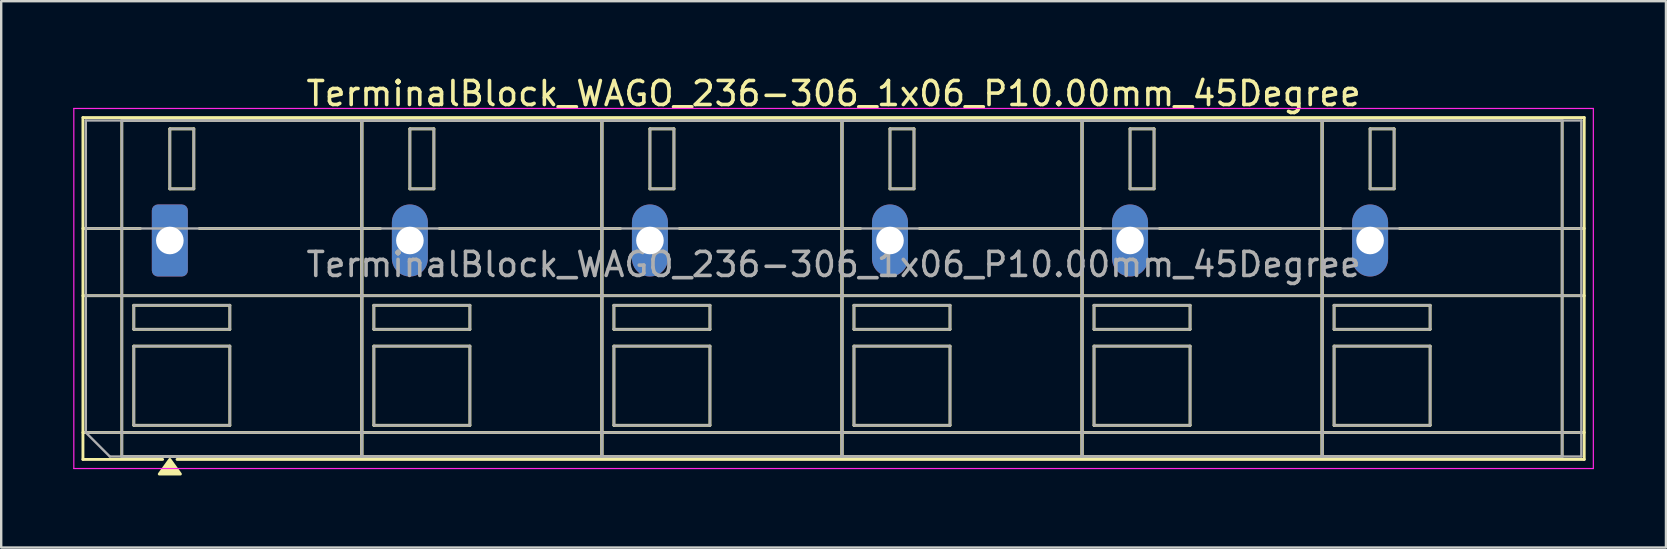
<source format=kicad_pcb>
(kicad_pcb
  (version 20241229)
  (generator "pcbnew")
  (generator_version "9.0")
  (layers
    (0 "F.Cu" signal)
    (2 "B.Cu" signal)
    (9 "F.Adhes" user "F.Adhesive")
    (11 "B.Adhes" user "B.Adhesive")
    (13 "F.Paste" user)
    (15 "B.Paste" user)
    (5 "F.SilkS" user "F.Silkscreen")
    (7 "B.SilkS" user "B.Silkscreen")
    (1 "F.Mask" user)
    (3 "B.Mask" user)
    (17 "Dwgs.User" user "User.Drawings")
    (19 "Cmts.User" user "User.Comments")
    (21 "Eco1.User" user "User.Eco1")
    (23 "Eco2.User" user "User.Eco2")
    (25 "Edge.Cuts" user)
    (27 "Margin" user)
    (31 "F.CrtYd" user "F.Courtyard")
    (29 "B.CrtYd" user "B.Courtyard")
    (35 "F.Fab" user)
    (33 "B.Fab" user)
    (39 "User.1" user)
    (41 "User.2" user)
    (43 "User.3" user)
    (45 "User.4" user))
  (footprint "TerminalBlock_WAGO_236-306_1x06_P10.00mm_45Degree"
    (layer "F.Cu")
    (at 4.025 6.968)
    (property "Reference" "TerminalBlock_WAGO_236-306_1x06_P10.00mm_45Degree" (at 27.65 -6.12 0) (layer "F.SilkS") (effects (font (size 1 1) (thickness 0.15))))
    (attr through_hole)
    (fp_line (start -3.62 -5.12) (end 58.92 -5.12) (stroke (width 0.12) (type solid)) (layer "F.SilkS"))
    (fp_line (start -3.62 -0.5) (end -1.23 -0.5) (stroke (width 0.12) (type solid)) (layer "F.SilkS"))
    (fp_line (start -3.62 2.3) (end 58.92 2.3) (stroke (width 0.12) (type solid)) (layer "F.SilkS"))
    (fp_line (start -3.62 8) (end 58.92 8) (stroke (width 0.12) (type solid)) (layer "F.SilkS"))
    (fp_line (start -3.62 9.12) (end -3.62 -5.12) (stroke (width 0.12) (type solid)) (layer "F.SilkS"))
    (fp_line (start -2 -5) (end 8 -5) (stroke (width 0.12) (type solid)) (layer "F.SilkS"))
    (fp_line (start -2 9) (end -2 -5) (stroke (width 0.12) (type solid)) (layer "F.SilkS"))
    (fp_line (start -1.5 2.7) (end 2.5 2.7) (stroke (width 0.12) (type solid)) (layer "F.SilkS"))
    (fp_line (start -1.5 3.7) (end -1.5 2.7) (stroke (width 0.12) (type solid)) (layer "F.SilkS"))
    (fp_line (start -1.5 4.4) (end 2.5 4.4) (stroke (width 0.12) (type solid)) (layer "F.SilkS"))
    (fp_line (start -1.5 7.7) (end -1.5 4.4) (stroke (width 0.12) (type solid)) (layer "F.SilkS"))
    (fp_line (start -0.3 9.12) (end -3.62 9.12) (stroke (width 0.12) (type solid)) (layer "F.SilkS"))
    (fp_line (start 0 -4.65) (end 1 -4.65) (stroke (width 0.12) (type solid)) (layer "F.SilkS"))
    (fp_line (start 0 -2.15) (end 0 -4.65) (stroke (width 0.12) (type solid)) (layer "F.SilkS"))
    (fp_line (start 1 -4.65) (end 1 -2.15) (stroke (width 0.12) (type solid)) (layer "F.SilkS"))
    (fp_line (start 1 -2.15) (end 0 -2.15) (stroke (width 0.12) (type solid)) (layer "F.SilkS"))
    (fp_line (start 1.23 -0.5) (end 8.77 -0.5) (stroke (width 0.12) (type solid)) (layer "F.SilkS"))
    (fp_line (start 2.5 2.7) (end 2.5 3.7) (stroke (width 0.12) (type solid)) (layer "F.SilkS"))
    (fp_line (start 2.5 3.7) (end -1.5 3.7) (stroke (width 0.12) (type solid)) (layer "F.SilkS"))
    (fp_line (start 2.5 4.4) (end 2.5 7.7) (stroke (width 0.12) (type solid)) (layer "F.SilkS"))
    (fp_line (start 2.5 7.7) (end -1.5 7.7) (stroke (width 0.12) (type solid)) (layer "F.SilkS"))
    (fp_line (start 8 -5) (end 8 9) (stroke (width 0.12) (type solid)) (layer "F.SilkS"))
    (fp_line (start 8 -5) (end 18 -5) (stroke (width 0.12) (type solid)) (layer "F.SilkS"))
    (fp_line (start 8 9) (end -2 9) (stroke (width 0.12) (type solid)) (layer "F.SilkS"))
    (fp_line (start 8 9) (end 8 -5) (stroke (width 0.12) (type solid)) (layer "F.SilkS"))
    (fp_line (start 8.5 2.7) (end 12.5 2.7) (stroke (width 0.12) (type solid)) (layer "F.SilkS"))
    (fp_line (start 8.5 3.7) (end 8.5 2.7) (stroke (width 0.12) (type solid)) (layer "F.SilkS"))
    (fp_line (start 8.5 4.4) (end 12.5 4.4) (stroke (width 0.12) (type solid)) (layer "F.SilkS"))
    (fp_line (start 8.5 7.7) (end 8.5 4.4) (stroke (width 0.12) (type solid)) (layer "F.SilkS"))
    (fp_line (start 10 -4.65) (end 11 -4.65) (stroke (width 0.12) (type solid)) (layer "F.SilkS"))
    (fp_line (start 10 -2.15) (end 10 -4.65) (stroke (width 0.12) (type solid)) (layer "F.SilkS"))
    (fp_line (start 11 -4.65) (end 11 -2.15) (stroke (width 0.12) (type solid)) (layer "F.SilkS"))
    (fp_line (start 11 -2.15) (end 10 -2.15) (stroke (width 0.12) (type solid)) (layer "F.SilkS"))
    (fp_line (start 11.23 -0.5) (end 18.77 -0.5) (stroke (width 0.12) (type solid)) (layer "F.SilkS"))
    (fp_line (start 12.5 2.7) (end 12.5 3.7) (stroke (width 0.12) (type solid)) (layer "F.SilkS"))
    (fp_line (start 12.5 3.7) (end 8.5 3.7) (stroke (width 0.12) (type solid)) (layer "F.SilkS"))
    (fp_line (start 12.5 4.4) (end 12.5 7.7) (stroke (width 0.12) (type solid)) (layer "F.SilkS"))
    (fp_line (start 12.5 7.7) (end 8.5 7.7) (stroke (width 0.12) (type solid)) (layer "F.SilkS"))
    (fp_line (start 18 -5) (end 18 9) (stroke (width 0.12) (type solid)) (layer "F.SilkS"))
    (fp_line (start 18 -5) (end 28 -5) (stroke (width 0.12) (type solid)) (layer "F.SilkS"))
    (fp_line (start 18 9) (end 8 9) (stroke (width 0.12) (type solid)) (layer "F.SilkS"))
    (fp_line (start 18 9) (end 18 -5) (stroke (width 0.12) (type solid)) (layer "F.SilkS"))
    (fp_line (start 18.5 2.7) (end 22.5 2.7) (stroke (width 0.12) (type solid)) (layer "F.SilkS"))
    (fp_line (start 18.5 3.7) (end 18.5 2.7) (stroke (width 0.12) (type solid)) (layer "F.SilkS"))
    (fp_line (start 18.5 4.4) (end 22.5 4.4) (stroke (width 0.12) (type solid)) (layer "F.SilkS"))
    (fp_line (start 18.5 7.7) (end 18.5 4.4) (stroke (width 0.12) (type solid)) (layer "F.SilkS"))
    (fp_line (start 20 -4.65) (end 21 -4.65) (stroke (width 0.12) (type solid)) (layer "F.SilkS"))
    (fp_line (start 20 -2.15) (end 20 -4.65) (stroke (width 0.12) (type solid)) (layer "F.SilkS"))
    (fp_line (start 21 -4.65) (end 21 -2.15) (stroke (width 0.12) (type solid)) (layer "F.SilkS"))
    (fp_line (start 21 -2.15) (end 20 -2.15) (stroke (width 0.12) (type solid)) (layer "F.SilkS"))
    (fp_line (start 21.23 -0.5) (end 28.77 -0.5) (stroke (width 0.12) (type solid)) (layer "F.SilkS"))
    (fp_line (start 22.5 2.7) (end 22.5 3.7) (stroke (width 0.12) (type solid)) (layer "F.SilkS"))
    (fp_line (start 22.5 3.7) (end 18.5 3.7) (stroke (width 0.12) (type solid)) (layer "F.SilkS"))
    (fp_line (start 22.5 4.4) (end 22.5 7.7) (stroke (width 0.12) (type solid)) (layer "F.SilkS"))
    (fp_line (start 22.5 7.7) (end 18.5 7.7) (stroke (width 0.12) (type solid)) (layer "F.SilkS"))
    (fp_line (start 28 -5) (end 28 9) (stroke (width 0.12) (type solid)) (layer "F.SilkS"))
    (fp_line (start 28 -5) (end 38 -5) (stroke (width 0.12) (type solid)) (layer "F.SilkS"))
    (fp_line (start 28 9) (end 18 9) (stroke (width 0.12) (type solid)) (layer "F.SilkS"))
    (fp_line (start 28 9) (end 28 -5) (stroke (width 0.12) (type solid)) (layer "F.SilkS"))
    (fp_line (start 28.5 2.7) (end 32.5 2.7) (stroke (width 0.12) (type solid)) (layer "F.SilkS"))
    (fp_line (start 28.5 3.7) (end 28.5 2.7) (stroke (width 0.12) (type solid)) (layer "F.SilkS"))
    (fp_line (start 28.5 4.4) (end 32.5 4.4) (stroke (width 0.12) (type solid)) (layer "F.SilkS"))
    (fp_line (start 28.5 7.7) (end 28.5 4.4) (stroke (width 0.12) (type solid)) (layer "F.SilkS"))
    (fp_line (start 30 -4.65) (end 31 -4.65) (stroke (width 0.12) (type solid)) (layer "F.SilkS"))
    (fp_line (start 30 -2.15) (end 30 -4.65) (stroke (width 0.12) (type solid)) (layer "F.SilkS"))
    (fp_line (start 31 -4.65) (end 31 -2.15) (stroke (width 0.12) (type solid)) (layer "F.SilkS"))
    (fp_line (start 31 -2.15) (end 30 -2.15) (stroke (width 0.12) (type solid)) (layer "F.SilkS"))
    (fp_line (start 31.23 -0.5) (end 38.77 -0.5) (stroke (width 0.12) (type solid)) (layer "F.SilkS"))
    (fp_line (start 32.5 2.7) (end 32.5 3.7) (stroke (width 0.12) (type solid)) (layer "F.SilkS"))
    (fp_line (start 32.5 3.7) (end 28.5 3.7) (stroke (width 0.12) (type solid)) (layer "F.SilkS"))
    (fp_line (start 32.5 4.4) (end 32.5 7.7) (stroke (width 0.12) (type solid)) (layer "F.SilkS"))
    (fp_line (start 32.5 7.7) (end 28.5 7.7) (stroke (width 0.12) (type solid)) (layer "F.SilkS"))
    (fp_line (start 38 -5) (end 38 9) (stroke (width 0.12) (type solid)) (layer "F.SilkS"))
    (fp_line (start 38 -5) (end 48 -5) (stroke (width 0.12) (type solid)) (layer "F.SilkS"))
    (fp_line (start 38 9) (end 28 9) (stroke (width 0.12) (type solid)) (layer "F.SilkS"))
    (fp_line (start 38 9) (end 38 -5) (stroke (width 0.12) (type solid)) (layer "F.SilkS"))
    (fp_line (start 38.5 2.7) (end 42.5 2.7) (stroke (width 0.12) (type solid)) (layer "F.SilkS"))
    (fp_line (start 38.5 3.7) (end 38.5 2.7) (stroke (width 0.12) (type solid)) (layer "F.SilkS"))
    (fp_line (start 38.5 4.4) (end 42.5 4.4) (stroke (width 0.12) (type solid)) (layer "F.SilkS"))
    (fp_line (start 38.5 7.7) (end 38.5 4.4) (stroke (width 0.12) (type solid)) (layer "F.SilkS"))
    (fp_line (start 40 -4.65) (end 41 -4.65) (stroke (width 0.12) (type solid)) (layer "F.SilkS"))
    (fp_line (start 40 -2.15) (end 40 -4.65) (stroke (width 0.12) (type solid)) (layer "F.SilkS"))
    (fp_line (start 41 -4.65) (end 41 -2.15) (stroke (width 0.12) (type solid)) (layer "F.SilkS"))
    (fp_line (start 41 -2.15) (end 40 -2.15) (stroke (width 0.12) (type solid)) (layer "F.SilkS"))
    (fp_line (start 41.23 -0.5) (end 48.77 -0.5) (stroke (width 0.12) (type solid)) (layer "F.SilkS"))
    (fp_line (start 42.5 2.7) (end 42.5 3.7) (stroke (width 0.12) (type solid)) (layer "F.SilkS"))
    (fp_line (start 42.5 3.7) (end 38.5 3.7) (stroke (width 0.12) (type solid)) (layer "F.SilkS"))
    (fp_line (start 42.5 4.4) (end 42.5 7.7) (stroke (width 0.12) (type solid)) (layer "F.SilkS"))
    (fp_line (start 42.5 7.7) (end 38.5 7.7) (stroke (width 0.12) (type solid)) (layer "F.SilkS"))
    (fp_line (start 48 -5) (end 48 9) (stroke (width 0.12) (type solid)) (layer "F.SilkS"))
    (fp_line (start 48 -5) (end 58 -5) (stroke (width 0.12) (type solid)) (layer "F.SilkS"))
    (fp_line (start 48 9) (end 38 9) (stroke (width 0.12) (type solid)) (layer "F.SilkS"))
    (fp_line (start 48 9) (end 48 -5) (stroke (width 0.12) (type solid)) (layer "F.SilkS"))
    (fp_line (start 48.5 2.7) (end 52.5 2.7) (stroke (width 0.12) (type solid)) (layer "F.SilkS"))
    (fp_line (start 48.5 3.7) (end 48.5 2.7) (stroke (width 0.12) (type solid)) (layer "F.SilkS"))
    (fp_line (start 48.5 4.4) (end 52.5 4.4) (stroke (width 0.12) (type solid)) (layer "F.SilkS"))
    (fp_line (start 48.5 7.7) (end 48.5 4.4) (stroke (width 0.12) (type solid)) (layer "F.SilkS"))
    (fp_line (start 50 -4.65) (end 51 -4.65) (stroke (width 0.12) (type solid)) (layer "F.SilkS"))
    (fp_line (start 50 -2.15) (end 50 -4.65) (stroke (width 0.12) (type solid)) (layer "F.SilkS"))
    (fp_line (start 51 -4.65) (end 51 -2.15) (stroke (width 0.12) (type solid)) (layer "F.SilkS"))
    (fp_line (start 51 -2.15) (end 50 -2.15) (stroke (width 0.12) (type solid)) (layer "F.SilkS"))
    (fp_line (start 51.23 -0.5) (end 58.92 -0.5) (stroke (width 0.12) (type solid)) (layer "F.SilkS"))
    (fp_line (start 52.5 2.7) (end 52.5 3.7) (stroke (width 0.12) (type solid)) (layer "F.SilkS"))
    (fp_line (start 52.5 3.7) (end 48.5 3.7) (stroke (width 0.12) (type solid)) (layer "F.SilkS"))
    (fp_line (start 52.5 4.4) (end 52.5 7.7) (stroke (width 0.12) (type solid)) (layer "F.SilkS"))
    (fp_line (start 52.5 7.7) (end 48.5 7.7) (stroke (width 0.12) (type solid)) (layer "F.SilkS"))
    (fp_line (start 58 -5) (end 58 9) (stroke (width 0.12) (type solid)) (layer "F.SilkS"))
    (fp_line (start 58 9) (end 48 9) (stroke (width 0.12) (type solid)) (layer "F.SilkS"))
    (fp_line (start 58.92 -5.12) (end 58.92 9.12) (stroke (width 0.12) (type solid)) (layer "F.SilkS"))
    (fp_line (start 58.92 9.12) (end 0.3 9.12) (stroke (width 0.12) (type solid)) (layer "F.SilkS"))
    (fp_poly (pts (xy 0 9.12) (xy 0.44 9.73) (xy -0.44 9.73)) (stroke (width 0.12) (type solid)) (fill yes) (layer "F.SilkS"))
    (fp_line (start -4 -5.5) (end -4 9.5) (stroke (width 0.05) (type solid)) (layer "F.CrtYd"))
    (fp_line (start -4 9.5) (end 59.3 9.5) (stroke (width 0.05) (type solid)) (layer "F.CrtYd"))
    (fp_line (start 59.3 -5.5) (end -4 -5.5) (stroke (width 0.05) (type solid)) (layer "F.CrtYd"))
    (fp_line (start 59.3 9.5) (end 59.3 -5.5) (stroke (width 0.05) (type solid)) (layer "F.CrtYd"))
    (fp_line (start -3.5 -5) (end 58.8 -5) (stroke (width 0.1) (type solid)) (layer "F.Fab"))
    (fp_line (start -3.5 -0.5) (end 58.8 -0.5) (stroke (width 0.1) (type solid)) (layer "F.Fab"))
    (fp_line (start -3.5 2.3) (end 58.8 2.3) (stroke (width 0.1) (type solid)) (layer "F.Fab"))
    (fp_line (start -3.5 8) (end -3.5 -5) (stroke (width 0.1) (type solid)) (layer "F.Fab"))
    (fp_line (start -3.5 8) (end 58.8 8) (stroke (width 0.1) (type solid)) (layer "F.Fab"))
    (fp_line (start -2.5 9) (end -3.5 8) (stroke (width 0.1) (type solid)) (layer "F.Fab"))
    (fp_line (start -2 -5) (end -2 9) (stroke (width 0.1) (type solid)) (layer "F.Fab"))
    (fp_line (start -2 9) (end 8 9) (stroke (width 0.1) (type solid)) (layer "F.Fab"))
    (fp_line (start -1.5 2.7) (end -1.5 3.7) (stroke (width 0.1) (type solid)) (layer "F.Fab"))
    (fp_line (start -1.5 3.7) (end 2.5 3.7) (stroke (width 0.1) (type solid)) (layer "F.Fab"))
    (fp_line (start -1.5 4.4) (end -1.5 7.7) (stroke (width 0.1) (type solid)) (layer "F.Fab"))
    (fp_line (start -1.5 7.7) (end 2.5 7.7) (stroke (width 0.1) (type solid)) (layer "F.Fab"))
    (fp_line (start 0 -4.65) (end 0 -2.15) (stroke (width 0.1) (type solid)) (layer "F.Fab"))
    (fp_line (start 0 -2.15) (end 1 -2.15) (stroke (width 0.1) (type solid)) (layer "F.Fab"))
    (fp_line (start 1 -4.65) (end 0 -4.65) (stroke (width 0.1) (type solid)) (layer "F.Fab"))
    (fp_line (start 1 -2.15) (end 1 -4.65) (stroke (width 0.1) (type solid)) (layer "F.Fab"))
    (fp_line (start 2.5 2.7) (end -1.5 2.7) (stroke (width 0.1) (type solid)) (layer "F.Fab"))
    (fp_line (start 2.5 3.7) (end 2.5 2.7) (stroke (width 0.1) (type solid)) (layer "F.Fab"))
    (fp_line (start 2.5 4.4) (end -1.5 4.4) (stroke (width 0.1) (type solid)) (layer "F.Fab"))
    (fp_line (start 2.5 7.7) (end 2.5 4.4) (stroke (width 0.1) (type solid)) (layer "F.Fab"))
    (fp_line (start 8 -5) (end -2 -5) (stroke (width 0.1) (type solid)) (layer "F.Fab"))
    (fp_line (start 8 -5) (end 8 9) (stroke (width 0.1) (type solid)) (layer "F.Fab"))
    (fp_line (start 8 9) (end 8 -5) (stroke (width 0.1) (type solid)) (layer "F.Fab"))
    (fp_line (start 8 9) (end 18 9) (stroke (width 0.1) (type solid)) (layer "F.Fab"))
    (fp_line (start 8.5 2.7) (end 8.5 3.7) (stroke (width 0.1) (type solid)) (layer "F.Fab"))
    (fp_line (start 8.5 3.7) (end 12.5 3.7) (stroke (width 0.1) (type solid)) (layer "F.Fab"))
    (fp_line (start 8.5 4.4) (end 8.5 7.7) (stroke (width 0.1) (type solid)) (layer "F.Fab"))
    (fp_line (start 8.5 7.7) (end 12.5 7.7) (stroke (width 0.1) (type solid)) (layer "F.Fab"))
    (fp_line (start 10 -4.65) (end 10 -2.15) (stroke (width 0.1) (type solid)) (layer "F.Fab"))
    (fp_line (start 10 -2.15) (end 11 -2.15) (stroke (width 0.1) (type solid)) (layer "F.Fab"))
    (fp_line (start 11 -4.65) (end 10 -4.65) (stroke (width 0.1) (type solid)) (layer "F.Fab"))
    (fp_line (start 11 -2.15) (end 11 -4.65) (stroke (width 0.1) (type solid)) (layer "F.Fab"))
    (fp_line (start 12.5 2.7) (end 8.5 2.7) (stroke (width 0.1) (type solid)) (layer "F.Fab"))
    (fp_line (start 12.5 3.7) (end 12.5 2.7) (stroke (width 0.1) (type solid)) (layer "F.Fab"))
    (fp_line (start 12.5 4.4) (end 8.5 4.4) (stroke (width 0.1) (type solid)) (layer "F.Fab"))
    (fp_line (start 12.5 7.7) (end 12.5 4.4) (stroke (width 0.1) (type solid)) (layer "F.Fab"))
    (fp_line (start 18 -5) (end 8 -5) (stroke (width 0.1) (type solid)) (layer "F.Fab"))
    (fp_line (start 18 -5) (end 18 9) (stroke (width 0.1) (type solid)) (layer "F.Fab"))
    (fp_line (start 18 9) (end 18 -5) (stroke (width 0.1) (type solid)) (layer "F.Fab"))
    (fp_line (start 18 9) (end 28 9) (stroke (width 0.1) (type solid)) (layer "F.Fab"))
    (fp_line (start 18.5 2.7) (end 18.5 3.7) (stroke (width 0.1) (type solid)) (layer "F.Fab"))
    (fp_line (start 18.5 3.7) (end 22.5 3.7) (stroke (width 0.1) (type solid)) (layer "F.Fab"))
    (fp_line (start 18.5 4.4) (end 18.5 7.7) (stroke (width 0.1) (type solid)) (layer "F.Fab"))
    (fp_line (start 18.5 7.7) (end 22.5 7.7) (stroke (width 0.1) (type solid)) (layer "F.Fab"))
    (fp_line (start 20 -4.65) (end 20 -2.15) (stroke (width 0.1) (type solid)) (layer "F.Fab"))
    (fp_line (start 20 -2.15) (end 21 -2.15) (stroke (width 0.1) (type solid)) (layer "F.Fab"))
    (fp_line (start 21 -4.65) (end 20 -4.65) (stroke (width 0.1) (type solid)) (layer "F.Fab"))
    (fp_line (start 21 -2.15) (end 21 -4.65) (stroke (width 0.1) (type solid)) (layer "F.Fab"))
    (fp_line (start 22.5 2.7) (end 18.5 2.7) (stroke (width 0.1) (type solid)) (layer "F.Fab"))
    (fp_line (start 22.5 3.7) (end 22.5 2.7) (stroke (width 0.1) (type solid)) (layer "F.Fab"))
    (fp_line (start 22.5 4.4) (end 18.5 4.4) (stroke (width 0.1) (type solid)) (layer "F.Fab"))
    (fp_line (start 22.5 7.7) (end 22.5 4.4) (stroke (width 0.1) (type solid)) (layer "F.Fab"))
    (fp_line (start 28 -5) (end 18 -5) (stroke (width 0.1) (type solid)) (layer "F.Fab"))
    (fp_line (start 28 -5) (end 28 9) (stroke (width 0.1) (type solid)) (layer "F.Fab"))
    (fp_line (start 28 9) (end 28 -5) (stroke (width 0.1) (type solid)) (layer "F.Fab"))
    (fp_line (start 28 9) (end 38 9) (stroke (width 0.1) (type solid)) (layer "F.Fab"))
    (fp_line (start 28.5 2.7) (end 28.5 3.7) (stroke (width 0.1) (type solid)) (layer "F.Fab"))
    (fp_line (start 28.5 3.7) (end 32.5 3.7) (stroke (width 0.1) (type solid)) (layer "F.Fab"))
    (fp_line (start 28.5 4.4) (end 28.5 7.7) (stroke (width 0.1) (type solid)) (layer "F.Fab"))
    (fp_line (start 28.5 7.7) (end 32.5 7.7) (stroke (width 0.1) (type solid)) (layer "F.Fab"))
    (fp_line (start 30 -4.65) (end 30 -2.15) (stroke (width 0.1) (type solid)) (layer "F.Fab"))
    (fp_line (start 30 -2.15) (end 31 -2.15) (stroke (width 0.1) (type solid)) (layer "F.Fab"))
    (fp_line (start 31 -4.65) (end 30 -4.65) (stroke (width 0.1) (type solid)) (layer "F.Fab"))
    (fp_line (start 31 -2.15) (end 31 -4.65) (stroke (width 0.1) (type solid)) (layer "F.Fab"))
    (fp_line (start 32.5 2.7) (end 28.5 2.7) (stroke (width 0.1) (type solid)) (layer "F.Fab"))
    (fp_line (start 32.5 3.7) (end 32.5 2.7) (stroke (width 0.1) (type solid)) (layer "F.Fab"))
    (fp_line (start 32.5 4.4) (end 28.5 4.4) (stroke (width 0.1) (type solid)) (layer "F.Fab"))
    (fp_line (start 32.5 7.7) (end 32.5 4.4) (stroke (width 0.1) (type solid)) (layer "F.Fab"))
    (fp_line (start 38 -5) (end 28 -5) (stroke (width 0.1) (type solid)) (layer "F.Fab"))
    (fp_line (start 38 -5) (end 38 9) (stroke (width 0.1) (type solid)) (layer "F.Fab"))
    (fp_line (start 38 9) (end 38 -5) (stroke (width 0.1) (type solid)) (layer "F.Fab"))
    (fp_line (start 38 9) (end 48 9) (stroke (width 0.1) (type solid)) (layer "F.Fab"))
    (fp_line (start 38.5 2.7) (end 38.5 3.7) (stroke (width 0.1) (type solid)) (layer "F.Fab"))
    (fp_line (start 38.5 3.7) (end 42.5 3.7) (stroke (width 0.1) (type solid)) (layer "F.Fab"))
    (fp_line (start 38.5 4.4) (end 38.5 7.7) (stroke (width 0.1) (type solid)) (layer "F.Fab"))
    (fp_line (start 38.5 7.7) (end 42.5 7.7) (stroke (width 0.1) (type solid)) (layer "F.Fab"))
    (fp_line (start 40 -4.65) (end 40 -2.15) (stroke (width 0.1) (type solid)) (layer "F.Fab"))
    (fp_line (start 40 -2.15) (end 41 -2.15) (stroke (width 0.1) (type solid)) (layer "F.Fab"))
    (fp_line (start 41 -4.65) (end 40 -4.65) (stroke (width 0.1) (type solid)) (layer "F.Fab"))
    (fp_line (start 41 -2.15) (end 41 -4.65) (stroke (width 0.1) (type solid)) (layer "F.Fab"))
    (fp_line (start 42.5 2.7) (end 38.5 2.7) (stroke (width 0.1) (type solid)) (layer "F.Fab"))
    (fp_line (start 42.5 3.7) (end 42.5 2.7) (stroke (width 0.1) (type solid)) (layer "F.Fab"))
    (fp_line (start 42.5 4.4) (end 38.5 4.4) (stroke (width 0.1) (type solid)) (layer "F.Fab"))
    (fp_line (start 42.5 7.7) (end 42.5 4.4) (stroke (width 0.1) (type solid)) (layer "F.Fab"))
    (fp_line (start 48 -5) (end 38 -5) (stroke (width 0.1) (type solid)) (layer "F.Fab"))
    (fp_line (start 48 -5) (end 48 9) (stroke (width 0.1) (type solid)) (layer "F.Fab"))
    (fp_line (start 48 9) (end 48 -5) (stroke (width 0.1) (type solid)) (layer "F.Fab"))
    (fp_line (start 48 9) (end 58 9) (stroke (width 0.1) (type solid)) (layer "F.Fab"))
    (fp_line (start 48.5 2.7) (end 48.5 3.7) (stroke (width 0.1) (type solid)) (layer "F.Fab"))
    (fp_line (start 48.5 3.7) (end 52.5 3.7) (stroke (width 0.1) (type solid)) (layer "F.Fab"))
    (fp_line (start 48.5 4.4) (end 48.5 7.7) (stroke (width 0.1) (type solid)) (layer "F.Fab"))
    (fp_line (start 48.5 7.7) (end 52.5 7.7) (stroke (width 0.1) (type solid)) (layer "F.Fab"))
    (fp_line (start 50 -4.65) (end 50 -2.15) (stroke (width 0.1) (type solid)) (layer "F.Fab"))
    (fp_line (start 50 -2.15) (end 51 -2.15) (stroke (width 0.1) (type solid)) (layer "F.Fab"))
    (fp_line (start 51 -4.65) (end 50 -4.65) (stroke (width 0.1) (type solid)) (layer "F.Fab"))
    (fp_line (start 51 -2.15) (end 51 -4.65) (stroke (width 0.1) (type solid)) (layer "F.Fab"))
    (fp_line (start 52.5 2.7) (end 48.5 2.7) (stroke (width 0.1) (type solid)) (layer "F.Fab"))
    (fp_line (start 52.5 3.7) (end 52.5 2.7) (stroke (width 0.1) (type solid)) (layer "F.Fab"))
    (fp_line (start 52.5 4.4) (end 48.5 4.4) (stroke (width 0.1) (type solid)) (layer "F.Fab"))
    (fp_line (start 52.5 7.7) (end 52.5 4.4) (stroke (width 0.1) (type solid)) (layer "F.Fab"))
    (fp_line (start 58 -5) (end 48 -5) (stroke (width 0.1) (type solid)) (layer "F.Fab"))
    (fp_line (start 58 9) (end 58 -5) (stroke (width 0.1) (type solid)) (layer "F.Fab"))
    (fp_line (start 58.8 -5) (end 58.8 9) (stroke (width 0.1) (type solid)) (layer "F.Fab"))
    (fp_line (start 58.8 9) (end -2.5 9) (stroke (width 0.1) (type solid)) (layer "F.Fab"))
    (fp_text user "${REFERENCE}" (at 27.65 1 0) (layer "F.Fab") (effects (font (size 1 1) (thickness 0.15))))
    (pad "1" thru_hole roundrect (at 0 0) (size 1.5 3) (drill 1.15) (layers "*.Cu" "*.Mask") (roundrect_rratio 0.167))
    (pad "2" thru_hole oval (at 10 0) (size 1.5 3) (drill 1.15) (layers "*.Cu" "*.Mask"))
    (pad "3" thru_hole oval (at 20 0) (size 1.5 3) (drill 1.15) (layers "*.Cu" "*.Mask"))
    (pad "4" thru_hole oval (at 30 0) (size 1.5 3) (drill 1.15) (layers "*.Cu" "*.Mask"))
    (pad "5" thru_hole oval (at 40 0) (size 1.5 3) (drill 1.15) (layers "*.Cu" "*.Mask"))
    (pad "6" thru_hole oval (at 50 0) (size 1.5 3) (drill 1.15) (layers "*.Cu" "*.Mask")))
  (gr_rect
    (start -3 -3)
    (end 66.35 19.758)
    (stroke (width 0.1) (type default))
    (fill no)
    (layer "Edge.Cuts")))
</source>
